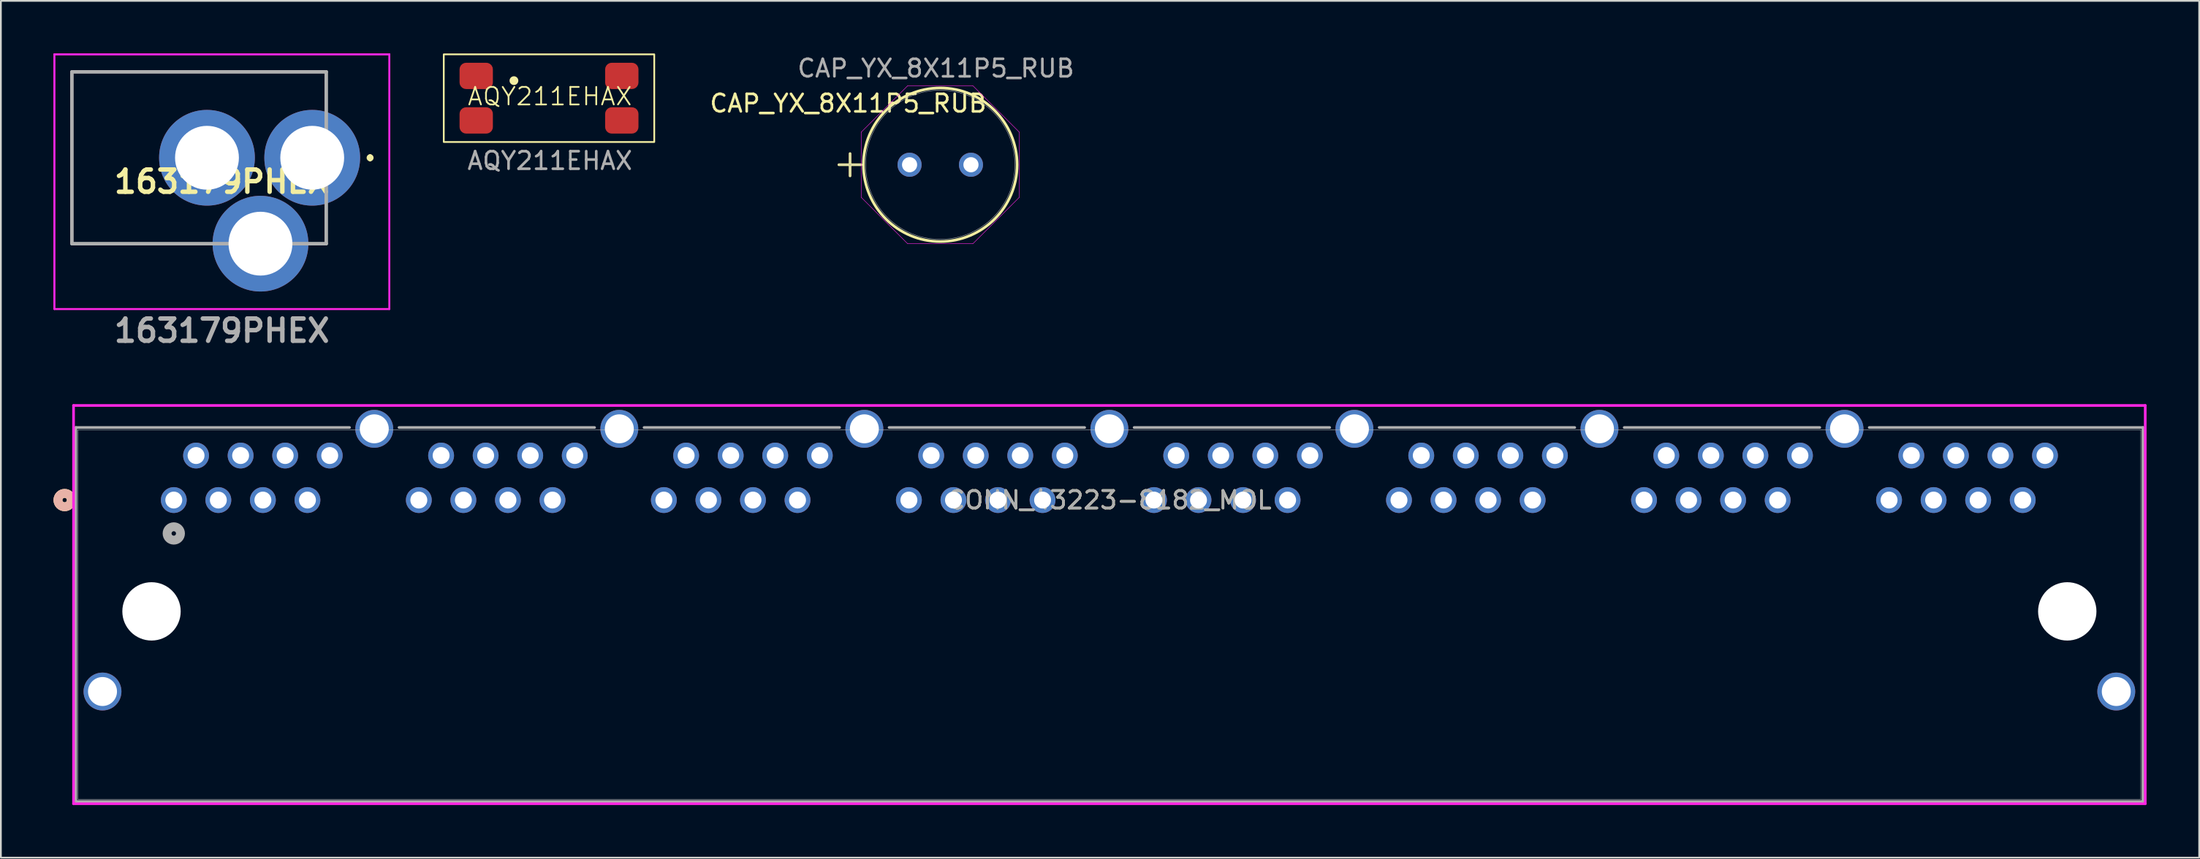
<source format=kicad_pcb>
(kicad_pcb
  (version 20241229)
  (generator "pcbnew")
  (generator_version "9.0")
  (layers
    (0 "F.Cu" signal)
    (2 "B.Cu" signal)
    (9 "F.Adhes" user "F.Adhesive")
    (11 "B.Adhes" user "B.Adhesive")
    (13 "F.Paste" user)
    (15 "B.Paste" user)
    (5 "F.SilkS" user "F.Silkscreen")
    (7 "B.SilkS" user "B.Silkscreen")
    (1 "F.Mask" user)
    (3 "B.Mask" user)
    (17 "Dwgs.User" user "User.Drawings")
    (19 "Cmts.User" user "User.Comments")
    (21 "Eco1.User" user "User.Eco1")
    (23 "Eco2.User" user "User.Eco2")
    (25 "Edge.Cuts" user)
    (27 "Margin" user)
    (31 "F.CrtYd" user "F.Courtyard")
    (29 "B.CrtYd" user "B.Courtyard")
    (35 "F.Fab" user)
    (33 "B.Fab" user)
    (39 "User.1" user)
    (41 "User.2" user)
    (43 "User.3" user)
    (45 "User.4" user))
  (footprint "163179PHEX"
    (layer "F.Cu")
    (at 9.6 7.315)
    (property "Reference" "163179PHEX" (at 0 0 0) (layer "F.SilkS") (effects (font (size 1.27 1.27) (thickness 0.254))))
    (attr through_hole)
    (fp_line (start 8.45 -1.465) (end 8.45 -1.465) (stroke (width 0.2) (type solid)) (layer "F.SilkS"))
    (fp_line (start 8.45 -1.265) (end 8.45 -1.265) (stroke (width 0.2) (type solid)) (layer "F.SilkS"))
    (fp_arc (start 8.45 -1.465) (mid 8.55 -1.365) (end 8.45 -1.265) (stroke (width 0.2) (type solid)) (layer "F.SilkS"))
    (fp_arc (start 8.45 -1.265) (mid 8.35 -1.365) (end 8.45 -1.465) (stroke (width 0.2) (type solid)) (layer "F.SilkS"))
    (fp_line (start -9.55 -7.265) (end 9.55 -7.265) (stroke (width 0.1) (type solid)) (layer "F.CrtYd"))
    (fp_line (start -9.55 -7.265) (end 9.55 -7.265) (stroke (width 0.1) (type solid)) (layer "F.CrtYd"))
    (fp_line (start -9.55 7.265) (end -9.55 -7.265) (stroke (width 0.1) (type solid)) (layer "F.CrtYd"))
    (fp_line (start -9.55 7.265) (end -9.55 -7.265) (stroke (width 0.1) (type solid)) (layer "F.CrtYd"))
    (fp_line (start 9.55 -7.265) (end 9.55 7.265) (stroke (width 0.1) (type solid)) (layer "F.CrtYd"))
    (fp_line (start 9.55 -7.265) (end 9.55 7.265) (stroke (width 0.1) (type solid)) (layer "F.CrtYd"))
    (fp_line (start 9.55 7.265) (end -9.55 7.265) (stroke (width 0.1) (type solid)) (layer "F.CrtYd"))
    (fp_line (start 9.55 7.265) (end -9.55 7.265) (stroke (width 0.1) (type solid)) (layer "F.CrtYd"))
    (fp_line (start -8.55 -6.265) (end -8.55 3.535) (stroke (width 0.1) (type solid)) (layer "F.Fab"))
    (fp_line (start -8.55 -6.265) (end 5.95 -6.265) (stroke (width 0.2) (type solid)) (layer "F.Fab"))
    (fp_line (start -8.55 3.535) (end -8.55 -6.265) (stroke (width 0.2) (type solid)) (layer "F.Fab"))
    (fp_line (start -8.55 3.535) (end 5.95 3.535) (stroke (width 0.1) (type solid)) (layer "F.Fab"))
    (fp_line (start -1.55 -6.265) (end -8.55 -6.265) (stroke (width 0.1) (type solid)) (layer "F.Fab"))
    (fp_line (start 5.95 -6.265) (end 5.95 3.535) (stroke (width 0.2) (type solid)) (layer "F.Fab"))
    (fp_line (start 5.95 3.535) (end -8.55 3.535) (stroke (width 0.2) (type solid)) (layer "F.Fab"))
    (fp_line (start 5.95 3.535) (end 5.95 1.635) (stroke (width 0.1) (type solid)) (layer "F.Fab"))
    (fp_text user "${REFERENCE}" (at 0 8.5 0) (layer "F.Fab") (effects (font (size 1.27 1.27) (thickness 0.254))))
    (pad "A" thru_hole circle (at 5.15 -1.365) (size 5.46 5.46) (drill 3.64) (layers "*.Cu" "*.Mask"))
    (pad "B" thru_hole circle (at 2.2 3.535) (size 5.46 5.46) (drill 3.64) (layers "*.Cu" "*.Mask"))
    (pad "C" thru_hole circle (at -0.85 -1.365) (size 5.46 5.46) (drill 3.64) (layers "*.Cu" "*.Mask")))
  (footprint "CAP_YX_8X11P5_RUB"
    (layer "F.Cu")
    (at 48.806 6.348)
    (property "Reference" "CAP_YX_8X11P5_RUB" (at -3.5 -3.5 0) (unlocked yes) (layer "F.SilkS") (effects (font (size 1 1) (thickness 0.15))))
    (attr through_hole)
    (fp_line (start -4.029 0) (end -2.759 0) (stroke (width 0.152) (type solid)) (layer "F.SilkS"))
    (fp_line (start -3.393 -0.635) (end -3.393 0.635) (stroke (width 0.152) (type solid)) (layer "F.SilkS"))
    (fp_circle (center 1.75 0) (end 6.131 0) (stroke (width 0.152) (type solid)) (fill no) (layer "F.SilkS"))
    (fp_line (start -2.759 -1.856) (end -0.106 -4.508) (stroke (width 0.025) (type solid)) (layer "F.CrtYd"))
    (fp_line (start -2.759 1.856) (end -2.759 -1.856) (stroke (width 0.025) (type solid)) (layer "F.CrtYd"))
    (fp_line (start -0.106 -4.508) (end 3.606 -4.508) (stroke (width 0.025) (type solid)) (layer "F.CrtYd"))
    (fp_line (start -0.106 4.508) (end -2.759 1.856) (stroke (width 0.025) (type solid)) (layer "F.CrtYd"))
    (fp_line (start 3.606 -4.508) (end 6.258 -1.856) (stroke (width 0.025) (type solid)) (layer "F.CrtYd"))
    (fp_line (start 3.606 4.508) (end -0.106 4.508) (stroke (width 0.025) (type solid)) (layer "F.CrtYd"))
    (fp_line (start 6.258 -1.856) (end 6.258 1.856) (stroke (width 0.025) (type solid)) (layer "F.CrtYd"))
    (fp_line (start 6.258 1.856) (end 3.606 4.508) (stroke (width 0.025) (type solid)) (layer "F.CrtYd"))
    (fp_line (start -4.029 0) (end -2.759 0) (stroke (width 0.025) (type solid)) (layer "F.Fab"))
    (fp_line (start -3.393 -0.635) (end -3.393 0.635) (stroke (width 0.025) (type solid)) (layer "F.Fab"))
    (fp_circle (center 1.75 0) (end 6.005 0) (stroke (width 0.025) (type solid)) (fill no) (layer "F.Fab"))
    (fp_text user "${REFERENCE}" (at 1.5 -5.5 0) (unlocked yes) (layer "F.Fab") (effects (font (size 1 1) (thickness 0.15))))
    (pad "1" thru_hole circle (at 0 0) (size 1.372 1.372) (drill 0.864) (layers "*.Cu" "*.Mask"))
    (pad "2" thru_hole circle (at 3.5 0) (size 1.372 1.372) (drill 0.864) (layers "*.Cu" "*.Mask")))
  (footprint "CONN_43223-8182_MOL"
    (layer "F.Cu")
    (at 6.858 25.477)
    (property "Reference" "CONN_43223-8182_MOL" (at 53.34 0 0) (unlocked yes) (layer "F.SilkS") (effects (font (size 1 1) (thickness 0.15))))
    (attr through_hole)
    (fp_circle (center -6.223 0) (end -5.842 0) (stroke (width 0.508) (type solid)) (fill no) (layer "F.SilkS"))
    (fp_circle (center -6.223 0) (end -5.842 0) (stroke (width 0.508) (type solid)) (fill no) (layer "B.SilkS"))
    (fp_line (start -5.715 -5.397) (end -5.715 17.323) (stroke (width 0.152) (type solid)) (layer "F.CrtYd"))
    (fp_line (start -5.715 17.323) (end 112.395 17.323) (stroke (width 0.152) (type solid)) (layer "F.CrtYd"))
    (fp_line (start 112.395 -5.397) (end -5.715 -5.397) (stroke (width 0.152) (type solid)) (layer "F.CrtYd"))
    (fp_line (start 112.395 17.323) (end 112.395 -5.397) (stroke (width 0.152) (type solid)) (layer "F.CrtYd"))
    (fp_line (start -5.588 -4.14) (end -5.588 17.196) (stroke (width 0.152) (type solid)) (layer "F.Fab"))
    (fp_line (start -5.588 17.196) (end 112.268 17.196) (stroke (width 0.152) (type solid)) (layer "F.Fab"))
    (fp_line (start -5.461 -4.013) (end -5.461 17.069) (stroke (width 0.025) (type solid)) (layer "F.Fab"))
    (fp_line (start -5.461 17.069) (end 112.141 17.069) (stroke (width 0.025) (type solid)) (layer "F.Fab"))
    (fp_line (start 10.02 -4.14) (end -5.588 -4.14) (stroke (width 0.152) (type solid)) (layer "F.Fab"))
    (fp_line (start 23.99 -4.14) (end 12.84 -4.14) (stroke (width 0.152) (type solid)) (layer "F.Fab"))
    (fp_line (start 37.96 -4.14) (end 26.81 -4.14) (stroke (width 0.152) (type solid)) (layer "F.Fab"))
    (fp_line (start 51.93 -4.14) (end 40.78 -4.14) (stroke (width 0.152) (type solid)) (layer "F.Fab"))
    (fp_line (start 65.9 -4.14) (end 54.75 -4.14) (stroke (width 0.152) (type solid)) (layer "F.Fab"))
    (fp_line (start 79.87 -4.14) (end 68.72 -4.14) (stroke (width 0.152) (type solid)) (layer "F.Fab"))
    (fp_line (start 93.84 -4.14) (end 82.69 -4.14) (stroke (width 0.152) (type solid)) (layer "F.Fab"))
    (fp_line (start 112.141 -4.013) (end -5.461 -4.013) (stroke (width 0.025) (type solid)) (layer "F.Fab"))
    (fp_line (start 112.141 17.069) (end 112.141 -4.013) (stroke (width 0.025) (type solid)) (layer "F.Fab"))
    (fp_line (start 112.268 -4.14) (end 96.66 -4.14) (stroke (width 0.152) (type solid)) (layer "F.Fab"))
    (fp_line (start 112.268 17.196) (end 112.268 -4.14) (stroke (width 0.152) (type solid)) (layer "F.Fab"))
    (fp_circle (center 0 1.905) (end 0.381 1.905) (stroke (width 0.508) (type solid)) (fill no) (layer "F.Fab"))
    (fp_text user "${REFERENCE}" (at 53.34 0 0) (unlocked yes) (layer "F.Fab") (effects (font (size 1 1) (thickness 0.15))))
    (pad "" np_thru_hole circle (at -1.27 6.35) (size 3.327 3.327) (drill 3.327) (layers "*.Cu" "*.Mask"))
    (pad "" np_thru_hole circle (at 107.95 6.35) (size 3.327 3.327) (drill 3.327) (layers "*.Cu" "*.Mask"))
    (pad "1" thru_hole circle (at 0 0) (size 1.473 1.473) (drill 0.965) (layers "*.Cu" "*.Mask"))
    (pad "2" thru_hole circle (at 1.27 -2.54) (size 1.473 1.473) (drill 0.965) (layers "*.Cu" "*.Mask"))
    (pad "3" thru_hole circle (at 2.54 0) (size 1.473 1.473) (drill 0.965) (layers "*.Cu" "*.Mask"))
    (pad "4" thru_hole circle (at 3.81 -2.54) (size 1.473 1.473) (drill 0.965) (layers "*.Cu" "*.Mask"))
    (pad "5" thru_hole circle (at 5.08 0) (size 1.473 1.473) (drill 0.965) (layers "*.Cu" "*.Mask"))
    (pad "6" thru_hole circle (at 6.35 -2.54) (size 1.473 1.473) (drill 0.965) (layers "*.Cu" "*.Mask"))
    (pad "7" thru_hole circle (at 7.62 0) (size 1.473 1.473) (drill 0.965) (layers "*.Cu" "*.Mask"))
    (pad "8" thru_hole circle (at 8.89 -2.54) (size 1.473 1.473) (drill 0.965) (layers "*.Cu" "*.Mask"))
    (pad "9" thru_hole circle (at 13.97 0) (size 1.473 1.473) (drill 0.965) (layers "*.Cu" "*.Mask"))
    (pad "10" thru_hole circle (at 15.24 -2.54) (size 1.473 1.473) (drill 0.965) (layers "*.Cu" "*.Mask"))
    (pad "11" thru_hole circle (at 16.51 0) (size 1.473 1.473) (drill 0.965) (layers "*.Cu" "*.Mask"))
    (pad "12" thru_hole circle (at 17.78 -2.54) (size 1.473 1.473) (drill 0.965) (layers "*.Cu" "*.Mask"))
    (pad "13" thru_hole circle (at 19.05 0) (size 1.473 1.473) (drill 0.965) (layers "*.Cu" "*.Mask"))
    (pad "14" thru_hole circle (at 20.32 -2.54) (size 1.473 1.473) (drill 0.965) (layers "*.Cu" "*.Mask"))
    (pad "15" thru_hole circle (at 21.59 0) (size 1.473 1.473) (drill 0.965) (layers "*.Cu" "*.Mask"))
    (pad "16" thru_hole circle (at 22.86 -2.54) (size 1.473 1.473) (drill 0.965) (layers "*.Cu" "*.Mask"))
    (pad "17" thru_hole circle (at 27.94 0) (size 1.473 1.473) (drill 0.965) (layers "*.Cu" "*.Mask"))
    (pad "18" thru_hole circle (at 29.21 -2.54) (size 1.473 1.473) (drill 0.965) (layers "*.Cu" "*.Mask"))
    (pad "19" thru_hole circle (at 30.48 0) (size 1.473 1.473) (drill 0.965) (layers "*.Cu" "*.Mask"))
    (pad "20" thru_hole circle (at 31.75 -2.54) (size 1.473 1.473) (drill 0.965) (layers "*.Cu" "*.Mask"))
    (pad "21" thru_hole circle (at 33.02 0) (size 1.473 1.473) (drill 0.965) (layers "*.Cu" "*.Mask"))
    (pad "22" thru_hole circle (at 34.29 -2.54) (size 1.473 1.473) (drill 0.965) (layers "*.Cu" "*.Mask"))
    (pad "23" thru_hole circle (at 35.56 0) (size 1.473 1.473) (drill 0.965) (layers "*.Cu" "*.Mask"))
    (pad "24" thru_hole circle (at 36.83 -2.54) (size 1.473 1.473) (drill 0.965) (layers "*.Cu" "*.Mask"))
    (pad "25" thru_hole circle (at 41.91 0) (size 1.473 1.473) (drill 0.965) (layers "*.Cu" "*.Mask"))
    (pad "26" thru_hole circle (at 43.18 -2.54) (size 1.473 1.473) (drill 0.965) (layers "*.Cu" "*.Mask"))
    (pad "27" thru_hole circle (at 44.45 0) (size 1.473 1.473) (drill 0.965) (layers "*.Cu" "*.Mask"))
    (pad "28" thru_hole circle (at 45.72 -2.54) (size 1.473 1.473) (drill 0.965) (layers "*.Cu" "*.Mask"))
    (pad "29" thru_hole circle (at 46.99 0) (size 1.473 1.473) (drill 0.965) (layers "*.Cu" "*.Mask"))
    (pad "30" thru_hole circle (at 48.26 -2.54) (size 1.473 1.473) (drill 0.965) (layers "*.Cu" "*.Mask"))
    (pad "31" thru_hole circle (at 49.53 0) (size 1.473 1.473) (drill 0.965) (layers "*.Cu" "*.Mask"))
    (pad "32" thru_hole circle (at 50.8 -2.54) (size 1.473 1.473) (drill 0.965) (layers "*.Cu" "*.Mask"))
    (pad "33" thru_hole circle (at 55.88 0) (size 1.473 1.473) (drill 0.965) (layers "*.Cu" "*.Mask"))
    (pad "34" thru_hole circle (at 57.15 -2.54) (size 1.473 1.473) (drill 0.965) (layers "*.Cu" "*.Mask"))
    (pad "35" thru_hole circle (at 58.42 0) (size 1.473 1.473) (drill 0.965) (layers "*.Cu" "*.Mask"))
    (pad "36" thru_hole circle (at 59.69 -2.54) (size 1.473 1.473) (drill 0.965) (layers "*.Cu" "*.Mask"))
    (pad "37" thru_hole circle (at 60.96 0) (size 1.473 1.473) (drill 0.965) (layers "*.Cu" "*.Mask"))
    (pad "38" thru_hole circle (at 62.23 -2.54) (size 1.473 1.473) (drill 0.965) (layers "*.Cu" "*.Mask"))
    (pad "39" thru_hole circle (at 63.5 0) (size 1.473 1.473) (drill 0.965) (layers "*.Cu" "*.Mask"))
    (pad "40" thru_hole circle (at 64.77 -2.54) (size 1.473 1.473) (drill 0.965) (layers "*.Cu" "*.Mask"))
    (pad "41" thru_hole circle (at 69.85 0) (size 1.473 1.473) (drill 0.965) (layers "*.Cu" "*.Mask"))
    (pad "42" thru_hole circle (at 71.12 -2.54) (size 1.473 1.473) (drill 0.965) (layers "*.Cu" "*.Mask"))
    (pad "43" thru_hole circle (at 72.39 0) (size 1.473 1.473) (drill 0.965) (layers "*.Cu" "*.Mask"))
    (pad "44" thru_hole circle (at 73.66 -2.54) (size 1.473 1.473) (drill 0.965) (layers "*.Cu" "*.Mask"))
    (pad "45" thru_hole circle (at 74.93 0) (size 1.473 1.473) (drill 0.965) (layers "*.Cu" "*.Mask"))
    (pad "46" thru_hole circle (at 76.2 -2.54) (size 1.473 1.473) (drill 0.965) (layers "*.Cu" "*.Mask"))
    (pad "47" thru_hole circle (at 77.47 0) (size 1.473 1.473) (drill 0.965) (layers "*.Cu" "*.Mask"))
    (pad "48" thru_hole circle (at 78.74 -2.54) (size 1.473 1.473) (drill 0.965) (layers "*.Cu" "*.Mask"))
    (pad "49" thru_hole circle (at 83.82 0) (size 1.473 1.473) (drill 0.965) (layers "*.Cu" "*.Mask"))
    (pad "50" thru_hole circle (at 85.09 -2.54) (size 1.473 1.473) (drill 0.965) (layers "*.Cu" "*.Mask"))
    (pad "51" thru_hole circle (at 86.36 0) (size 1.473 1.473) (drill 0.965) (layers "*.Cu" "*.Mask"))
    (pad "52" thru_hole circle (at 87.63 -2.54) (size 1.473 1.473) (drill 0.965) (layers "*.Cu" "*.Mask"))
    (pad "53" thru_hole circle (at 88.9 0) (size 1.473 1.473) (drill 0.965) (layers "*.Cu" "*.Mask"))
    (pad "54" thru_hole circle (at 90.17 -2.54) (size 1.473 1.473) (drill 0.965) (layers "*.Cu" "*.Mask"))
    (pad "55" thru_hole circle (at 91.44 0) (size 1.473 1.473) (drill 0.965) (layers "*.Cu" "*.Mask"))
    (pad "56" thru_hole circle (at 92.71 -2.54) (size 1.473 1.473) (drill 0.965) (layers "*.Cu" "*.Mask"))
    (pad "57" thru_hole circle (at 97.79 0) (size 1.473 1.473) (drill 0.965) (layers "*.Cu" "*.Mask"))
    (pad "58" thru_hole circle (at 99.06 -2.54) (size 1.473 1.473) (drill 0.965) (layers "*.Cu" "*.Mask"))
    (pad "59" thru_hole circle (at 100.33 0) (size 1.473 1.473) (drill 0.965) (layers "*.Cu" "*.Mask"))
    (pad "60" thru_hole circle (at 101.6 -2.54) (size 1.473 1.473) (drill 0.965) (layers "*.Cu" "*.Mask"))
    (pad "61" thru_hole circle (at 102.87 0) (size 1.473 1.473) (drill 0.965) (layers "*.Cu" "*.Mask"))
    (pad "62" thru_hole circle (at 104.14 -2.54) (size 1.473 1.473) (drill 0.965) (layers "*.Cu" "*.Mask"))
    (pad "63" thru_hole circle (at 105.41 0) (size 1.473 1.473) (drill 0.965) (layers "*.Cu" "*.Mask"))
    (pad "64" thru_hole circle (at 106.68 -2.54) (size 1.473 1.473) (drill 0.965) (layers "*.Cu" "*.Mask"))
    (pad "67" thru_hole circle (at -4.064 10.922) (size 2.159 2.159) (drill 1.651) (layers "*.Cu" "*.Mask"))
    (pad "68" thru_hole circle (at 110.744 10.922) (size 2.159 2.159) (drill 1.651) (layers "*.Cu" "*.Mask"))
    (pad "69" thru_hole circle (at 11.43 -4.064) (size 2.159 2.159) (drill 1.651) (layers "*.Cu" "*.Mask"))
    (pad "70" thru_hole circle (at 25.4 -4.064) (size 2.159 2.159) (drill 1.651) (layers "*.Cu" "*.Mask"))
    (pad "71" thru_hole circle (at 39.37 -4.064) (size 2.159 2.159) (drill 1.651) (layers "*.Cu" "*.Mask"))
    (pad "72" thru_hole circle (at 53.34 -4.064) (size 2.159 2.159) (drill 1.651) (layers "*.Cu" "*.Mask"))
    (pad "73" thru_hole circle (at 67.31 -4.064) (size 2.159 2.159) (drill 1.651) (layers "*.Cu" "*.Mask"))
    (pad "74" thru_hole circle (at 81.28 -4.064) (size 2.159 2.159) (drill 1.651) (layers "*.Cu" "*.Mask"))
    (pad "75" thru_hole circle (at 95.25 -4.064) (size 2.159 2.159) (drill 1.651) (layers "*.Cu" "*.Mask")))
  (footprint "AQY211EHAX"
    (layer "F.Cu")
    (at 28.25 2.55)
    (property "Reference" "AQY211EHAX" (at 0.05 -0.1 0) (unlocked yes) (layer "F.SilkS") (effects (font (size 1 1) (thickness 0.1))))
    (attr smd)
    (fp_rect (start -6 -2.5) (end 6 2.5) (stroke (width 0.1) (type default)) (fill no) (layer "F.SilkS"))
    (fp_circle (center -2 -1) (end -1.8 -1) (stroke (width 0.1) (type solid)) (fill yes) (layer "F.SilkS"))
    (fp_text user "${REFERENCE}" (at 0.05 3.57 0) (unlocked yes) (layer "F.Fab") (effects (font (size 1 1) (thickness 0.15))))
    (pad "1" smd roundrect (at -4.15 -1.27) (size 1.9 1.5) (layers "F.Cu" "F.Mask" "F.Paste") (roundrect_rratio 0.25))
    (pad "2" smd roundrect (at -4.15 1.27) (size 1.9 1.5) (layers "F.Cu" "F.Mask" "F.Paste") (roundrect_rratio 0.25))
    (pad "3" smd roundrect (at 4.15 1.27) (size 1.9 1.5) (layers "F.Cu" "F.Mask" "F.Paste") (roundrect_rratio 0.25))
    (pad "4" smd roundrect (at 4.15 -1.27) (size 1.9 1.5) (layers "F.Cu" "F.Mask" "F.Paste") (roundrect_rratio 0.25)))
  (gr_rect
    (start -3 -3)
    (end 122.329 45.876)
    (stroke (width 0.1) (type default))
    (fill no)
    (layer "Edge.Cuts")))
</source>
